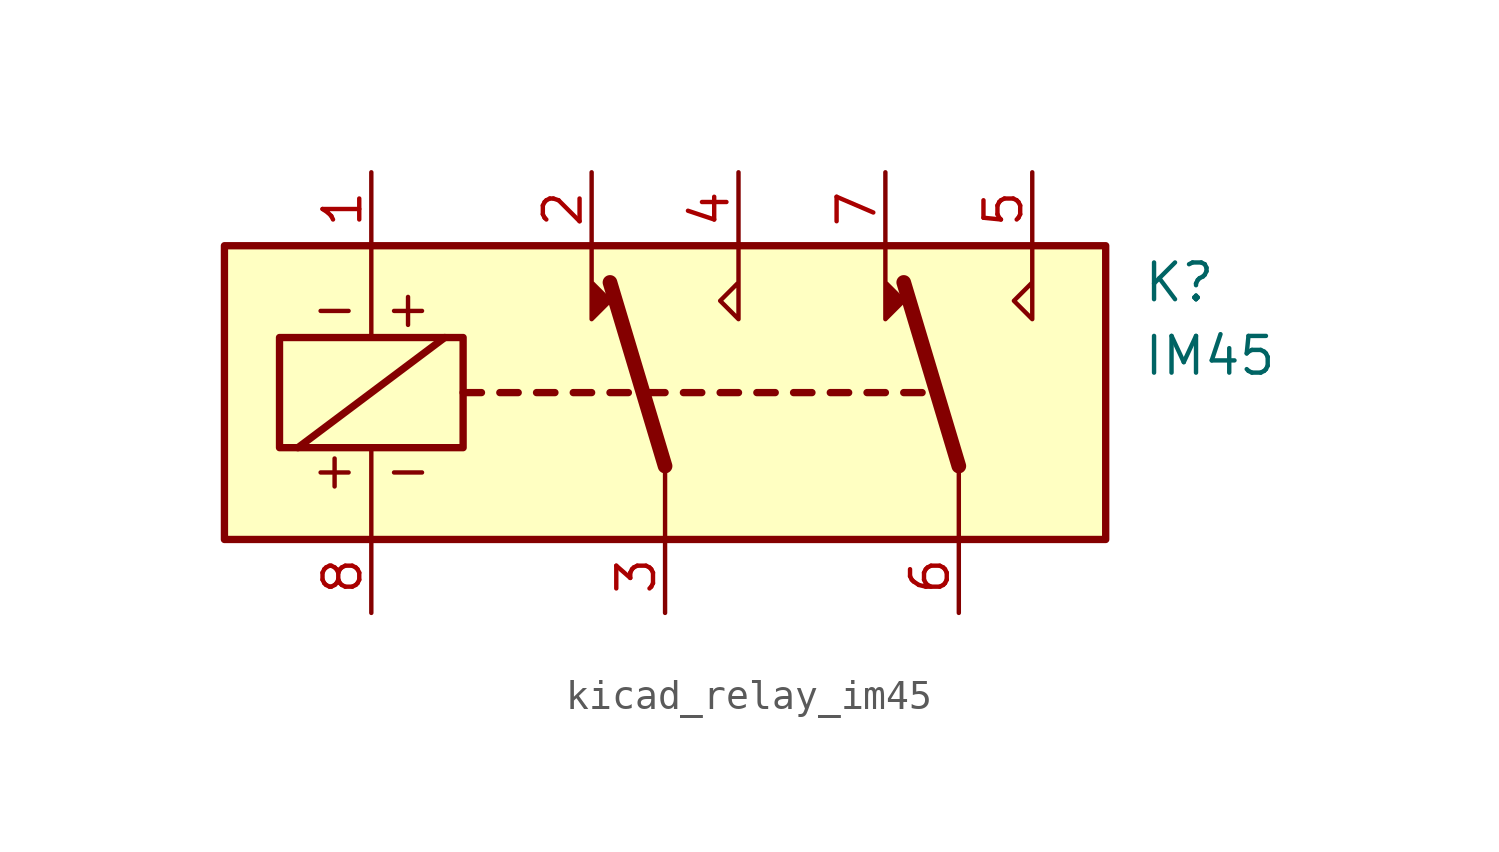
<source format=kicad_sym>
(kicad_symbol_lib
  (version 20220914)
  (generator kicad_symbol_editor)
  (symbol "kicad_relay_im45"
    (property "Reference" "K"
      (at 16.51 3.81 0)
      (effects (font (size 1.27 1.27)) (justify left)))
    (property "Value" "IM45"
      (at 16.51 1.27 0)
      (effects (font (size 1.27 1.27)) (justify left)))
    (symbol "kicad_relay_im45_0_0"
      (text "+ -" (at -10.16 -2.667 0) (effects (font (size 1.27 1.27))))
      (text "- +" (at -10.16 2.921 0) (effects (font (size 1.27 1.27)))))
    (symbol "kicad_relay_im45_0_1"
      (rectangle (start -15.24 5.08) (end 15.24 -5.08) (stroke (width 0.254) (type default)) (fill (type background)))
      (rectangle (start -13.335 1.905) (end -6.985 -1.905) (stroke (width 0.254) (type default)) (fill (type none)))
      (polyline (pts (xy -12.7 -1.905) (xy -7.62 1.905)) (stroke (width 0.254) (type default)) (fill (type none)))
      (polyline (pts (xy -10.16 -5.08) (xy -10.16 -1.905)) (stroke (width 0) (type default)) (fill (type none)))
      (polyline (pts (xy -10.16 5.08) (xy -10.16 1.905)) (stroke (width 0) (type default)) (fill (type none)))
      (polyline (pts (xy -6.985 0) (xy -6.35 0)) (stroke (width 0.254) (type default)) (fill (type none)))
      (polyline (pts (xy -5.715 0) (xy -5.08 0)) (stroke (width 0.254) (type default)) (fill (type none)))
      (polyline (pts (xy -4.445 0) (xy -3.81 0)) (stroke (width 0.254) (type default)) (fill (type none)))
      (polyline (pts (xy -3.175 0) (xy -2.54 0)) (stroke (width 0.254) (type default)) (fill (type none)))
      (polyline (pts (xy -1.905 0) (xy -1.27 0)) (stroke (width 0.254) (type default)) (fill (type none)))
      (polyline (pts (xy -0.635 0) (xy 0 0)) (stroke (width 0.254) (type default)) (fill (type none)))
      (polyline (pts (xy 0 -2.54) (xy -1.905 3.81)) (stroke (width 0.508) (type default)) (fill (type none)))
      (polyline (pts (xy 0 -2.54) (xy 0 -5.08)) (stroke (width 0) (type default)) (fill (type none)))
      (polyline (pts (xy 0.635 0) (xy 1.27 0)) (stroke (width 0.254) (type default)) (fill (type none)))
      (polyline (pts (xy 1.905 0) (xy 2.54 0)) (stroke (width 0.254) (type default)) (fill (type none)))
      (polyline (pts (xy 3.175 0) (xy 3.81 0)) (stroke (width 0.254) (type default)) (fill (type none)))
      (polyline (pts (xy 4.445 0) (xy 5.08 0)) (stroke (width 0.254) (type default)) (fill (type none)))
      (polyline (pts (xy 5.715 0) (xy 6.35 0)) (stroke (width 0.254) (type default)) (fill (type none)))
      (polyline (pts (xy 6.985 0) (xy 7.62 0)) (stroke (width 0.254) (type default)) (fill (type none)))
      (polyline (pts (xy 8.255 0) (xy 8.89 0)) (stroke (width 0.254) (type default)) (fill (type none)))
      (polyline (pts (xy 10.16 -2.54) (xy 8.255 3.81)) (stroke (width 0.508) (type default)) (fill (type none)))
      (polyline (pts (xy 10.16 -2.54) (xy 10.16 -5.08)) (stroke (width 0) (type default)) (fill (type none)))
      (polyline (pts (xy -2.54 5.08) (xy -2.54 2.54) (xy -1.905 3.175) (xy -2.54 3.81)) (stroke (width 0) (type default)) (fill (type outline)))
      (polyline (pts (xy 2.54 5.08) (xy 2.54 2.54) (xy 1.905 3.175) (xy 2.54 3.81)) (stroke (width 0) (type default)) (fill (type none)))
      (polyline (pts (xy 7.62 5.08) (xy 7.62 2.54) (xy 8.255 3.175) (xy 7.62 3.81)) (stroke (width 0) (type default)) (fill (type outline)))
      (polyline (pts (xy 12.7 5.08) (xy 12.7 2.54) (xy 12.065 3.175) (xy 12.7 3.81)) (stroke (width 0) (type default)) (fill (type none))))
    (symbol "kicad_relay_im45_1_1"
      (pin passive line (at -10.16 7.62 270) (length 2.54) (name "~" (effects (font (size 1.27 1.27)))) (number "1" (effects (font (size 1.27 1.27)))))
      (pin passive line (at -2.54 7.62 270) (length 2.54) (name "~" (effects (font (size 1.27 1.27)))) (number "2" (effects (font (size 1.27 1.27)))))
      (pin passive line (at 0 -7.62 90) (length 2.54) (name "~" (effects (font (size 1.27 1.27)))) (number "3" (effects (font (size 1.27 1.27)))))
      (pin passive line (at 2.54 7.62 270) (length 2.54) (name "~" (effects (font (size 1.27 1.27)))) (number "4" (effects (font (size 1.27 1.27)))))
      (pin passive line (at 12.7 7.62 270) (length 2.54) (name "~" (effects (font (size 1.27 1.27)))) (number "5" (effects (font (size 1.27 1.27)))))
      (pin passive line (at 10.16 -7.62 90) (length 2.54) (name "~" (effects (font (size 1.27 1.27)))) (number "6" (effects (font (size 1.27 1.27)))))
      (pin passive line (at 7.62 7.62 270) (length 2.54) (name "~" (effects (font (size 1.27 1.27)))) (number "7" (effects (font (size 1.27 1.27)))))
      (pin passive line (at -10.16 -7.62 90) (length 2.54) (name "~" (effects (font (size 1.27 1.27)))) (number "8" (effects (font (size 1.27 1.27))))))))
</source>
